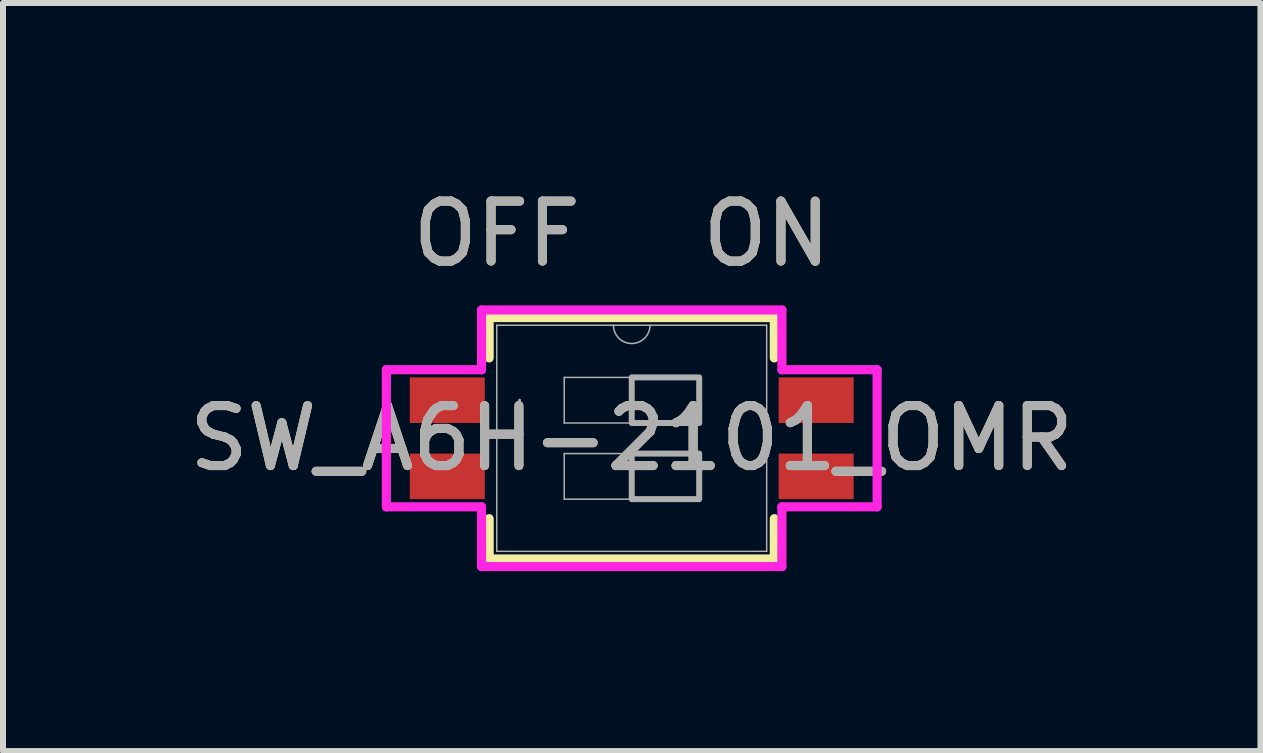
<source format=kicad_pcb>
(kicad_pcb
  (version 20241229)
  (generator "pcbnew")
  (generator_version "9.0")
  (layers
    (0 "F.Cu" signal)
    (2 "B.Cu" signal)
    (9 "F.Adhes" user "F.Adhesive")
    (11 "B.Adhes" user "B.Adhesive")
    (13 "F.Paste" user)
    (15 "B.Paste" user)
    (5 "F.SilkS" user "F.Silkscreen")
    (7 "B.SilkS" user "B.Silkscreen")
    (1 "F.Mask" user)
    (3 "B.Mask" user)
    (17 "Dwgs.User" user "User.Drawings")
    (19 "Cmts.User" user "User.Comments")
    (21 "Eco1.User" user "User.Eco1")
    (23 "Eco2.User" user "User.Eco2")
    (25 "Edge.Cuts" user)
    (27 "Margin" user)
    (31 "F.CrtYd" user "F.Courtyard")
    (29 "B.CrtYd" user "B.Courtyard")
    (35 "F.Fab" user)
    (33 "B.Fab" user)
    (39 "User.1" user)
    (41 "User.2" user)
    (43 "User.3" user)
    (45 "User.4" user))
  (footprint "SW_A6H-2101_OMR"
    (layer "F.Cu")
    (at 7.482 4.257)
    (property "Reference" "SW_A6H-2101_OMR" (at 0 0 0) (unlocked yes) (layer "F.SilkS") (effects (font (size 1 1) (thickness 0.15))))
    (attr smd)
    (fp_line (start -2.377 -2.012) (end -2.377 -1.34) (stroke (width 0.152) (type solid)) (layer "F.SilkS"))
    (fp_line (start -2.377 1.34) (end -2.377 2.012) (stroke (width 0.152) (type solid)) (layer "F.SilkS"))
    (fp_line (start -2.377 2.012) (end 2.377 2.012) (stroke (width 0.152) (type solid)) (layer "F.SilkS"))
    (fp_line (start 2.377 -2.012) (end -2.377 -2.012) (stroke (width 0.152) (type solid)) (layer "F.SilkS"))
    (fp_line (start 2.377 -1.34) (end 2.377 -2.012) (stroke (width 0.152) (type solid)) (layer "F.SilkS"))
    (fp_line (start 2.377 2.012) (end 2.377 1.34) (stroke (width 0.152) (type solid)) (layer "F.SilkS"))
    (fp_line (start -4.091 -1.143) (end -2.504 -1.143) (stroke (width 0.152) (type solid)) (layer "F.CrtYd"))
    (fp_line (start -4.091 1.143) (end -4.091 -1.143) (stroke (width 0.152) (type solid)) (layer "F.CrtYd"))
    (fp_line (start -2.504 -2.139) (end 2.504 -2.139) (stroke (width 0.152) (type solid)) (layer "F.CrtYd"))
    (fp_line (start -2.504 -1.143) (end -2.504 -2.139) (stroke (width 0.152) (type solid)) (layer "F.CrtYd"))
    (fp_line (start -2.504 1.143) (end -4.091 1.143) (stroke (width 0.152) (type solid)) (layer "F.CrtYd"))
    (fp_line (start -2.504 2.139) (end -2.504 1.143) (stroke (width 0.152) (type solid)) (layer "F.CrtYd"))
    (fp_line (start 2.504 -2.139) (end 2.504 -1.143) (stroke (width 0.152) (type solid)) (layer "F.CrtYd"))
    (fp_line (start 2.504 -1.143) (end 4.091 -1.143) (stroke (width 0.152) (type solid)) (layer "F.CrtYd"))
    (fp_line (start 2.504 1.143) (end 2.504 2.139) (stroke (width 0.152) (type solid)) (layer "F.CrtYd"))
    (fp_line (start 2.504 2.139) (end -2.504 2.139) (stroke (width 0.152) (type solid)) (layer "F.CrtYd"))
    (fp_line (start 4.091 -1.143) (end 4.091 1.143) (stroke (width 0.152) (type solid)) (layer "F.CrtYd"))
    (fp_line (start 4.091 1.143) (end 2.504 1.143) (stroke (width 0.152) (type solid)) (layer "F.CrtYd"))
    (fp_line (start -2.25 -1.885) (end -2.25 1.885) (stroke (width 0.025) (type solid)) (layer "F.Fab"))
    (fp_line (start -2.25 1.885) (end 2.25 1.885) (stroke (width 0.025) (type solid)) (layer "F.Fab"))
    (fp_line (start -1.125 -1.015) (end 1.125 -1.015) (stroke (width 0.025) (type solid)) (layer "F.Fab"))
    (fp_line (start -1.125 -0.255) (end -1.125 -1.015) (stroke (width 0.025) (type solid)) (layer "F.Fab"))
    (fp_line (start -1.125 0.255) (end 1.125 0.255) (stroke (width 0.025) (type solid)) (layer "F.Fab"))
    (fp_line (start -1.125 1.015) (end -1.125 0.255) (stroke (width 0.025) (type solid)) (layer "F.Fab"))
    (fp_line (start 1.125 -1.015) (end 1.125 -0.255) (stroke (width 0.025) (type solid)) (layer "F.Fab"))
    (fp_line (start 1.125 -0.255) (end -1.125 -0.255) (stroke (width 0.025) (type solid)) (layer "F.Fab"))
    (fp_line (start 1.125 0.255) (end 1.125 1.015) (stroke (width 0.025) (type solid)) (layer "F.Fab"))
    (fp_line (start 1.125 1.015) (end -1.125 1.015) (stroke (width 0.025) (type solid)) (layer "F.Fab"))
    (fp_line (start 2.25 -1.885) (end -2.25 -1.885) (stroke (width 0.025) (type solid)) (layer "F.Fab"))
    (fp_line (start 2.25 1.885) (end 2.25 -1.885) (stroke (width 0.025) (type solid)) (layer "F.Fab"))
    (fp_arc (start 0.3048 -1.885) (mid 0 -1.5802) (end -0.3048 -1.885) (stroke (width 0.0254) (type solid)) (layer "F.Fab"))
    (fp_circle (center -1.869 -0.635) (end -1.869 -0.635) (stroke (width 0.025) (type solid)) (fill no) (layer "F.Fab"))
    (fp_poly (pts (xy 0 -1.015) (xy 1.125 -1.015) (xy 1.125 -0.255) (xy 0 -0.255)) (stroke (width 0.1) (type solid)) (fill no) (layer "F.Fab"))
    (fp_poly (pts (xy 0 0.255) (xy 1.125 0.255) (xy 1.125 1.015) (xy 0 1.015)) (stroke (width 0.1) (type solid)) (fill no) (layer "F.Fab"))
    (fp_text user "OFF" (at -2.25 -3.409 0) (unlocked yes) (layer "F.SilkS") (effects (font (size 1 1) (thickness 0.15))))
    (fp_text user "ON" (at 2.25 -3.409 0) (unlocked yes) (layer "F.SilkS") (effects (font (size 1 1) (thickness 0.15))))
    (fp_text user "${REFERENCE}" (at 0 0 0) (unlocked yes) (layer "F.Fab") (effects (font (size 1 1) (thickness 0.15))))
    (fp_text user "ON" (at 2.25 -3.409 0) (unlocked yes) (layer "F.Fab") (effects (font (size 1 1) (thickness 0.15))))
    (fp_text user "OFF" (at -2.25 -3.409 0) (unlocked yes) (layer "F.Fab") (effects (font (size 1 1) (thickness 0.15))))
    (pad "1" smd rect (at -3.075 -0.635) (size 1.25 0.76) (layers "F.Cu" "F.Mask" "F.Paste"))
    (pad "2" smd rect (at -3.075 0.635) (size 1.25 0.76) (layers "F.Cu" "F.Mask" "F.Paste"))
    (pad "3" smd rect (at 3.075 0.635) (size 1.25 0.76) (layers "F.Cu" "F.Mask" "F.Paste"))
    (pad "4" smd rect (at 3.075 -0.635) (size 1.25 0.76) (layers "F.Cu" "F.Mask" "F.Paste")))
  (gr_rect
    (start -3 -3)
    (end 17.964 9.472)
    (stroke (width 0.1) (type default))
    (fill no)
    (layer "Edge.Cuts")))
</source>
